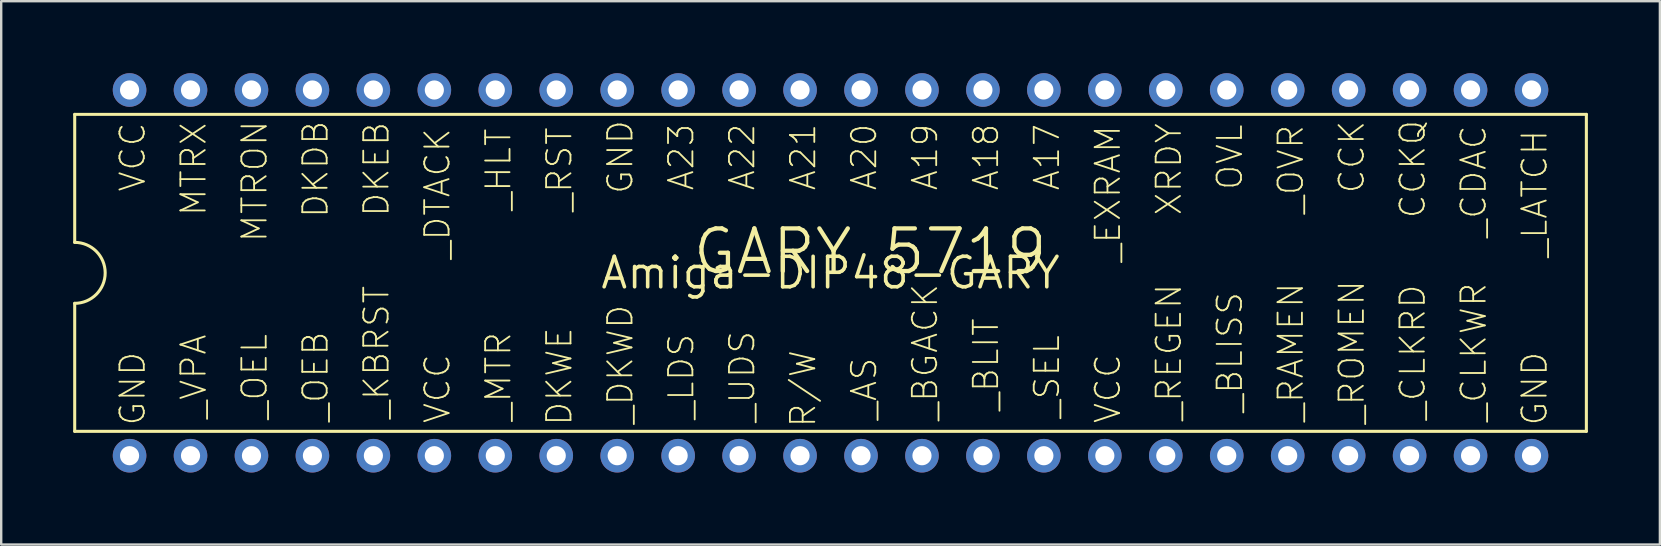
<source format=kicad_pcb>
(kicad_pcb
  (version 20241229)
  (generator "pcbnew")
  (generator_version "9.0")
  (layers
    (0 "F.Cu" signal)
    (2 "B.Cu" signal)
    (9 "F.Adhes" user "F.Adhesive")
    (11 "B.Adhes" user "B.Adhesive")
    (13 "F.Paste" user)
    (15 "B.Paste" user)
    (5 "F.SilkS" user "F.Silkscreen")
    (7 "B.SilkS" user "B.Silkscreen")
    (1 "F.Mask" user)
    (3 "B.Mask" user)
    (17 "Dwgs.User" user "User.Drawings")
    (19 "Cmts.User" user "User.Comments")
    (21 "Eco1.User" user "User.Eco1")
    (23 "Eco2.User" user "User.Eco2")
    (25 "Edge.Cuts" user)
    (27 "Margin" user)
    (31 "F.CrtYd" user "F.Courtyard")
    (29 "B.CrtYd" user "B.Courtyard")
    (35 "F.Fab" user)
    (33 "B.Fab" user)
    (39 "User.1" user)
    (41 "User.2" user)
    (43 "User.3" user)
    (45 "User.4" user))
  (footprint "Amiga-DIP48-GARY"
    (layer "F.Cu")
    (at 31.559 8.32)
    (property "Reference" "Amiga-DIP48-GARY" (at 0 0 0) (layer "F.SilkS") (effects (font (size 1.27 1.27) (thickness 0.15))))
    (attr exclude_from_pos_files exclude_from_bom)
    (fp_line (start -31.496 -6.604) (end -31.496 -1.27) (stroke (width 0.127) (type solid)) (layer "F.SilkS"))
    (fp_line (start -31.496 -6.604) (end 31.496 -6.604) (stroke (width 0.127) (type solid)) (layer "F.SilkS"))
    (fp_line (start -31.496 1.27) (end -31.496 6.604) (stroke (width 0.127) (type solid)) (layer "F.SilkS"))
    (fp_line (start -31.496 6.604) (end 31.496 6.604) (stroke (width 0.127) (type solid)) (layer "F.SilkS"))
    (fp_line (start 31.496 6.604) (end 31.496 -6.604) (stroke (width 0.127) (type solid)) (layer "F.SilkS"))
    (fp_arc (start -31.496 -1.27) (mid -30.226 0) (end -31.496 1.27) (stroke (width 0.127) (type solid)) (layer "F.SilkS"))
    (fp_text user "_OEB" (at -21.463 4.318 90) (layer "F.SilkS") (effects (font (size 1.016 1.016) (thickness 0.076))))
    (fp_text user "A19" (at 3.937 -4.826 90) (layer "F.SilkS") (effects (font (size 1.016 1.016) (thickness 0.076))))
    (fp_text user "_EXRAM" (at 11.557 -3.302 90) (layer "F.SilkS") (effects (font (size 1.016 1.016) (thickness 0.076))))
    (fp_text user "VCC" (at -16.383 4.826 90) (layer "F.SilkS") (effects (font (size 1.016 1.016) (thickness 0.076))))
    (fp_text user "_CLKRD" (at 24.257 3.302 90) (layer "F.SilkS") (effects (font (size 1.016 1.016) (thickness 0.076))))
    (fp_text user "XRDY" (at 14.097 -4.318 90) (layer "F.SilkS") (effects (font (size 1.016 1.016) (thickness 0.076))))
    (fp_text user "GND" (at 29.337 4.826 90) (layer "F.SilkS") (effects (font (size 1.016 1.016) (thickness 0.076))))
    (fp_text user "A23" (at -6.223 -4.826 90) (layer "F.SilkS") (effects (font (size 1.016 1.016) (thickness 0.076))))
    (fp_text user "GND" (at -8.76 -4.826 90) (layer "F.SilkS") (effects (font (size 1.016 1.016) (thickness 0.076))))
    (fp_text user "_LDS" (at -6.223 4.318 90) (layer "F.SilkS") (effects (font (size 1.016 1.016) (thickness 0.076))))
    (fp_text user "CCKQ" (at 24.257 -4.318 90) (layer "F.SilkS") (effects (font (size 1.016 1.016) (thickness 0.076))))
    (fp_text user "_MTR" (at -13.843 4.318 90) (layer "F.SilkS") (effects (font (size 1.016 1.016) (thickness 0.076))))
    (fp_text user "_KBRST" (at -18.923 3.302 90) (layer "F.SilkS") (effects (font (size 1.016 1.016) (thickness 0.076))))
    (fp_text user "A17" (at 9.017 -4.826 90) (layer "F.SilkS") (effects (font (size 1.016 1.016) (thickness 0.076))))
    (fp_text user "CCK" (at 21.717 -4.826 90) (layer "F.SilkS") (effects (font (size 1.016 1.016) (thickness 0.076))))
    (fp_text user "DKDB" (at -21.463 -4.318 90) (layer "F.SilkS") (effects (font (size 1.016 1.016) (thickness 0.076))))
    (fp_text user "_RAMEN" (at 19.177 3.302 90) (layer "F.SilkS") (effects (font (size 1.016 1.016) (thickness 0.076))))
    (fp_text user "_RST" (at -11.303 -4.318 90) (layer "F.SilkS") (effects (font (size 1.016 1.016) (thickness 0.076))))
    (fp_text user "_UDS" (at -3.683 4.318 90) (layer "F.SilkS") (effects (font (size 1.016 1.016) (thickness 0.076))))
    (fp_text user "_OVR" (at 19.177 -4.318 90) (layer "F.SilkS") (effects (font (size 1.016 1.016) (thickness 0.076))))
    (fp_text user "_LATCH" (at 29.337 -3.302 90) (layer "F.SilkS") (effects (font (size 1.016 1.016) (thickness 0.076))))
    (fp_text user "_BLISS" (at 16.637 3.302 90) (layer "F.SilkS") (effects (font (size 1.016 1.016) (thickness 0.076))))
    (fp_text user "_SEL" (at 9.017 4.318 90) (layer "F.SilkS") (effects (font (size 1.016 1.016) (thickness 0.076))))
    (fp_text user "A18" (at 6.477 -4.826 90) (layer "F.SilkS") (effects (font (size 1.016 1.016) (thickness 0.076))))
    (fp_text user "_OEL" (at -24.003 4.318 90) (layer "F.SilkS") (effects (font (size 1.016 1.016) (thickness 0.076))))
    (fp_text user "DKEB" (at -18.923 -4.318 90) (layer "F.SilkS") (effects (font (size 1.016 1.016) (thickness 0.076))))
    (fp_text user "_CDAC" (at 26.797 -3.81 90) (layer "F.SilkS") (effects (font (size 1.016 1.016) (thickness 0.076))))
    (fp_text user "DKWE" (at -11.303 4.318 90) (layer "F.SilkS") (effects (font (size 1.016 1.016) (thickness 0.076))))
    (fp_text user "_BGACK" (at 3.937 3.302 90) (layer "F.SilkS") (effects (font (size 1.016 1.016) (thickness 0.076))))
    (fp_text user "_HLT" (at -13.843 -4.318 90) (layer "F.SilkS") (effects (font (size 1.016 1.016) (thickness 0.076))))
    (fp_text user "A22" (at -3.683 -4.826 90) (layer "F.SilkS") (effects (font (size 1.016 1.016) (thickness 0.076))))
    (fp_text user "R/W" (at -1.143 4.826 90) (layer "F.SilkS") (effects (font (size 1.016 1.016) (thickness 0.076))))
    (fp_text user "_DTACK" (at -16.383 -3.302 90) (layer "F.SilkS") (effects (font (size 1.016 1.016) (thickness 0.076))))
    (fp_text user "MTRX" (at -26.543 -4.318 90) (layer "F.SilkS") (effects (font (size 1.016 1.016) (thickness 0.076))))
    (fp_text user "_DKWD" (at -8.76 3.81 90) (layer "F.SilkS") (effects (font (size 1.016 1.016) (thickness 0.076))))
    (fp_text user "_AS" (at 1.397 4.826 90) (layer "F.SilkS") (effects (font (size 1.016 1.016) (thickness 0.076))))
    (fp_text user "MTRON" (at -24.003 -3.81 90) (layer "F.SilkS") (effects (font (size 1.016 1.016) (thickness 0.076))))
    (fp_text user "A21" (at -1.143 -4.826 90) (layer "F.SilkS") (effects (font (size 1.016 1.016) (thickness 0.076))))
    (fp_text user "_VPA" (at -26.543 4.318 90) (layer "F.SilkS") (effects (font (size 1.016 1.016) (thickness 0.076))))
    (fp_text user "OVL" (at 16.637 -4.826 90) (layer "F.SilkS") (effects (font (size 1.016 1.016) (thickness 0.076))))
    (fp_text user "_ROMEN" (at 21.717 3.302 90) (layer "F.SilkS") (effects (font (size 1.016 1.016) (thickness 0.076))))
    (fp_text user "GND" (at -29.083 4.826 90) (layer "F.SilkS") (effects (font (size 1.016 1.016) (thickness 0.076))))
    (fp_text user "_REGEN" (at 14.097 3.302 90) (layer "F.SilkS") (effects (font (size 1.016 1.016) (thickness 0.076))))
    (fp_text user "A20" (at 1.397 -4.826 90) (layer "F.SilkS") (effects (font (size 1.016 1.016) (thickness 0.076))))
    (fp_text user "VCC" (at -29.083 -4.826 90) (layer "F.SilkS") (effects (font (size 1.016 1.016) (thickness 0.076))))
    (fp_text user "VCC" (at 11.557 4.826 90) (layer "F.SilkS") (effects (font (size 1.016 1.016) (thickness 0.076))))
    (fp_text user "_BLIT" (at 6.477 3.81 90) (layer "F.SilkS") (effects (font (size 1.016 1.016) (thickness 0.076))))
    (fp_text user "GARY 5719" (at 1.651 -0.889 0) (layer "F.SilkS") (effects (font (size 1.778 1.778) (thickness 0.178))))
    (fp_text user "_CLKWR" (at 26.797 3.302 90) (layer "F.SilkS") (effects (font (size 1.016 1.016) (thickness 0.076))))
    (pad "1" thru_hole circle (at -29.21 7.62) (size 1.4 1.4) (drill 0.798) (layers "*.Cu" "*.Paste" "*.Mask"))
    (pad "2" thru_hole circle (at -26.67 7.62) (size 1.4 1.4) (drill 0.798) (layers "*.Cu" "*.Paste" "*.Mask"))
    (pad "3" thru_hole circle (at -24.13 7.62) (size 1.4 1.4) (drill 0.798) (layers "*.Cu" "*.Paste" "*.Mask"))
    (pad "4" thru_hole circle (at -21.59 7.62) (size 1.4 1.4) (drill 0.798) (layers "*.Cu" "*.Paste" "*.Mask"))
    (pad "5" thru_hole circle (at -19.05 7.62) (size 1.4 1.4) (drill 0.798) (layers "*.Cu" "*.Paste" "*.Mask"))
    (pad "6" thru_hole circle (at -16.51 7.62) (size 1.4 1.4) (drill 0.798) (layers "*.Cu" "*.Paste" "*.Mask"))
    (pad "7" thru_hole circle (at -13.97 7.62) (size 1.4 1.4) (drill 0.798) (layers "*.Cu" "*.Paste" "*.Mask"))
    (pad "8" thru_hole circle (at -11.43 7.62) (size 1.4 1.4) (drill 0.798) (layers "*.Cu" "*.Paste" "*.Mask"))
    (pad "9" thru_hole circle (at -8.89 7.62) (size 1.4 1.4) (drill 0.798) (layers "*.Cu" "*.Paste" "*.Mask"))
    (pad "10" thru_hole circle (at -6.35 7.62) (size 1.4 1.4) (drill 0.798) (layers "*.Cu" "*.Paste" "*.Mask"))
    (pad "11" thru_hole circle (at -3.81 7.62) (size 1.4 1.4) (drill 0.798) (layers "*.Cu" "*.Paste" "*.Mask"))
    (pad "12" thru_hole circle (at -1.27 7.62) (size 1.4 1.4) (drill 0.798) (layers "*.Cu" "*.Paste" "*.Mask"))
    (pad "13" thru_hole circle (at 1.27 7.62) (size 1.4 1.4) (drill 0.798) (layers "*.Cu" "*.Paste" "*.Mask"))
    (pad "14" thru_hole circle (at 3.81 7.62) (size 1.4 1.4) (drill 0.798) (layers "*.Cu" "*.Paste" "*.Mask"))
    (pad "15" thru_hole circle (at 6.35 7.62) (size 1.4 1.4) (drill 0.798) (layers "*.Cu" "*.Paste" "*.Mask"))
    (pad "16" thru_hole circle (at 8.89 7.62) (size 1.4 1.4) (drill 0.798) (layers "*.Cu" "*.Paste" "*.Mask"))
    (pad "17" thru_hole circle (at 11.43 7.62) (size 1.4 1.4) (drill 0.798) (layers "*.Cu" "*.Paste" "*.Mask"))
    (pad "18" thru_hole circle (at 13.97 7.62) (size 1.4 1.4) (drill 0.798) (layers "*.Cu" "*.Paste" "*.Mask"))
    (pad "19" thru_hole circle (at 16.51 7.62) (size 1.4 1.4) (drill 0.798) (layers "*.Cu" "*.Paste" "*.Mask"))
    (pad "20" thru_hole circle (at 19.05 7.62) (size 1.4 1.4) (drill 0.798) (layers "*.Cu" "*.Paste" "*.Mask"))
    (pad "21" thru_hole circle (at 21.59 7.62) (size 1.4 1.4) (drill 0.798) (layers "*.Cu" "*.Paste" "*.Mask"))
    (pad "22" thru_hole circle (at 24.13 7.62) (size 1.4 1.4) (drill 0.798) (layers "*.Cu" "*.Paste" "*.Mask"))
    (pad "23" thru_hole circle (at 26.67 7.62) (size 1.4 1.4) (drill 0.798) (layers "*.Cu" "*.Paste" "*.Mask"))
    (pad "24" thru_hole circle (at 29.21 7.62) (size 1.4 1.4) (drill 0.798) (layers "*.Cu" "*.Paste" "*.Mask"))
    (pad "25" thru_hole circle (at 29.21 -7.62) (size 1.4 1.4) (drill 0.798) (layers "*.Cu" "*.Paste" "*.Mask"))
    (pad "26" thru_hole circle (at 26.67 -7.62) (size 1.4 1.4) (drill 0.798) (layers "*.Cu" "*.Paste" "*.Mask"))
    (pad "27" thru_hole circle (at 24.13 -7.62) (size 1.4 1.4) (drill 0.798) (layers "*.Cu" "*.Paste" "*.Mask"))
    (pad "28" thru_hole circle (at 21.59 -7.62) (size 1.4 1.4) (drill 0.798) (layers "*.Cu" "*.Paste" "*.Mask"))
    (pad "29" thru_hole circle (at 19.05 -7.62) (size 1.4 1.4) (drill 0.798) (layers "*.Cu" "*.Paste" "*.Mask"))
    (pad "30" thru_hole circle (at 16.51 -7.62) (size 1.4 1.4) (drill 0.798) (layers "*.Cu" "*.Paste" "*.Mask"))
    (pad "31" thru_hole circle (at 13.97 -7.62) (size 1.4 1.4) (drill 0.798) (layers "*.Cu" "*.Paste" "*.Mask"))
    (pad "32" thru_hole circle (at 11.43 -7.62) (size 1.4 1.4) (drill 0.798) (layers "*.Cu" "*.Paste" "*.Mask"))
    (pad "33" thru_hole circle (at 8.89 -7.62) (size 1.4 1.4) (drill 0.798) (layers "*.Cu" "*.Paste" "*.Mask"))
    (pad "34" thru_hole circle (at 6.35 -7.62) (size 1.4 1.4) (drill 0.798) (layers "*.Cu" "*.Paste" "*.Mask"))
    (pad "35" thru_hole circle (at 3.81 -7.62) (size 1.4 1.4) (drill 0.798) (layers "*.Cu" "*.Paste" "*.Mask"))
    (pad "36" thru_hole circle (at 1.27 -7.62) (size 1.4 1.4) (drill 0.798) (layers "*.Cu" "*.Paste" "*.Mask"))
    (pad "37" thru_hole circle (at -1.27 -7.62) (size 1.4 1.4) (drill 0.798) (layers "*.Cu" "*.Paste" "*.Mask"))
    (pad "38" thru_hole circle (at -3.81 -7.62) (size 1.4 1.4) (drill 0.798) (layers "*.Cu" "*.Paste" "*.Mask"))
    (pad "39" thru_hole circle (at -6.35 -7.62) (size 1.4 1.4) (drill 0.798) (layers "*.Cu" "*.Paste" "*.Mask"))
    (pad "40" thru_hole circle (at -8.89 -7.62) (size 1.4 1.4) (drill 0.798) (layers "*.Cu" "*.Paste" "*.Mask"))
    (pad "41" thru_hole circle (at -11.43 -7.62) (size 1.4 1.4) (drill 0.798) (layers "*.Cu" "*.Paste" "*.Mask"))
    (pad "42" thru_hole circle (at -13.97 -7.62) (size 1.4 1.4) (drill 0.798) (layers "*.Cu" "*.Paste" "*.Mask"))
    (pad "43" thru_hole circle (at -16.51 -7.62) (size 1.4 1.4) (drill 0.798) (layers "*.Cu" "*.Paste" "*.Mask"))
    (pad "44" thru_hole circle (at -19.05 -7.62) (size 1.4 1.4) (drill 0.798) (layers "*.Cu" "*.Paste" "*.Mask"))
    (pad "45" thru_hole circle (at -21.59 -7.62) (size 1.4 1.4) (drill 0.798) (layers "*.Cu" "*.Paste" "*.Mask"))
    (pad "46" thru_hole circle (at -24.13 -7.62) (size 1.4 1.4) (drill 0.798) (layers "*.Cu" "*.Paste" "*.Mask"))
    (pad "47" thru_hole circle (at -26.67 -7.62) (size 1.4 1.4) (drill 0.798) (layers "*.Cu" "*.Paste" "*.Mask"))
    (pad "48" thru_hole circle (at -29.21 -7.62) (size 1.4 1.4) (drill 0.798) (layers "*.Cu" "*.Paste" "*.Mask")))
  (gr_rect
    (start -3 -3)
    (end 66.119 19.64)
    (stroke (width 0.1) (type default))
    (fill no)
    (layer "Edge.Cuts")))
</source>
